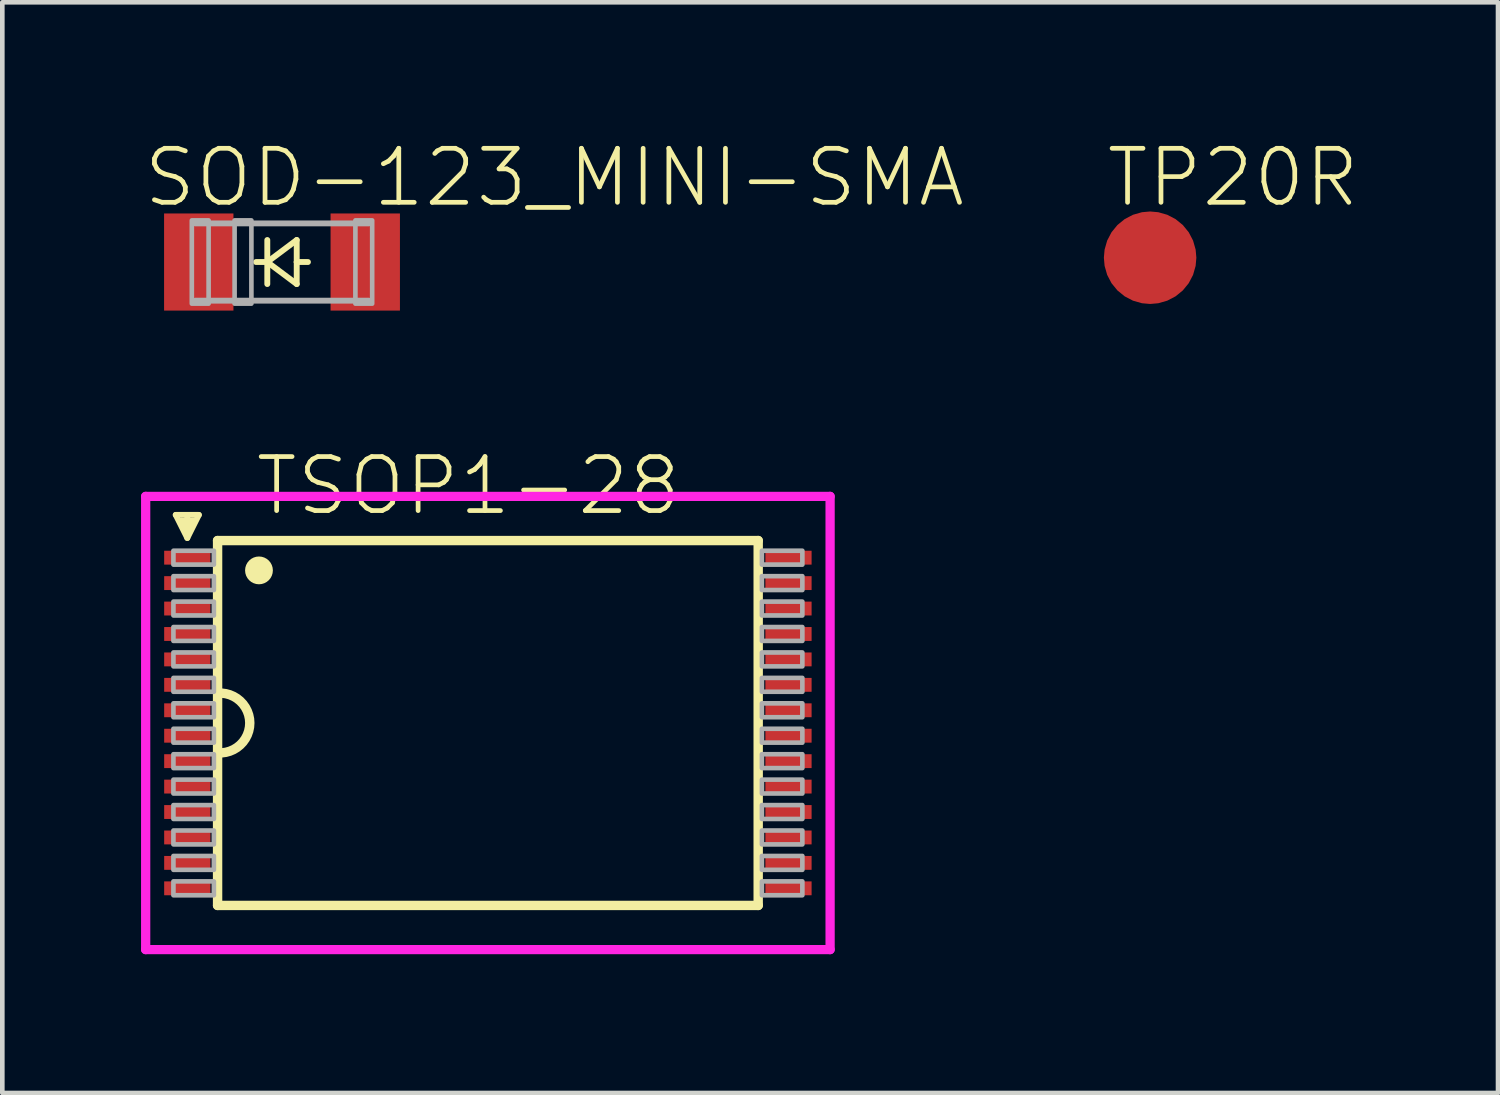
<source format=kicad_pcb>
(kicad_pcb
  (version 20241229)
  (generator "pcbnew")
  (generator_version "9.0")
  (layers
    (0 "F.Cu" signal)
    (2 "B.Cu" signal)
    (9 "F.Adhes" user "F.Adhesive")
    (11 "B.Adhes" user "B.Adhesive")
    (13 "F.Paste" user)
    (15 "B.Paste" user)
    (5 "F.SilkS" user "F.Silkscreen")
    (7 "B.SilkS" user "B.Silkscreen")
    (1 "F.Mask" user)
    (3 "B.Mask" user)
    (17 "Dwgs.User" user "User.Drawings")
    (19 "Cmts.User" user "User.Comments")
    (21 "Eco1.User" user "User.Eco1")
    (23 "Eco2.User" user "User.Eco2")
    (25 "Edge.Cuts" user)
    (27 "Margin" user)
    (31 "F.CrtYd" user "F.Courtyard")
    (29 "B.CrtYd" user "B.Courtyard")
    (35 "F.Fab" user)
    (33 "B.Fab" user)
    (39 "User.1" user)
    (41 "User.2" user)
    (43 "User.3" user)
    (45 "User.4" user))
  (footprint "SOD-123_MINI-SMA"
    (layer "F.Cu")
    (at 3.048 2.616)
    (property "Reference" "SOD-123_MINI-SMA" (at -3.048 -1.143 0) (unlocked yes) (layer "F.SilkS") (effects (font (size 1.168 1.168) (thickness 0.102)) (justify left bottom)))
    (fp_line (start -0.318 0) (end -0.561 0) (stroke (width 0.127) (type solid)) (layer "F.SilkS"))
    (fp_line (start -0.318 0) (end -0.318 -0.476) (stroke (width 0.127) (type solid)) (layer "F.SilkS"))
    (fp_line (start -0.318 0) (end -0.318 0.476) (stroke (width 0.127) (type solid)) (layer "F.SilkS"))
    (fp_line (start -0.318 0) (end 0.318 0.476) (stroke (width 0.127) (type solid)) (layer "F.SilkS"))
    (fp_line (start 0.318 -0.476) (end -0.318 0) (stroke (width 0.127) (type solid)) (layer "F.SilkS"))
    (fp_line (start 0.318 0) (end 0.318 -0.476) (stroke (width 0.127) (type solid)) (layer "F.SilkS"))
    (fp_line (start 0.318 0) (end 0.561 0) (stroke (width 0.127) (type solid)) (layer "F.SilkS"))
    (fp_line (start 0.318 0.476) (end 0.318 0) (stroke (width 0.127) (type solid)) (layer "F.SilkS"))
    (fp_line (start -1.873 -0.835) (end 1.873 -0.835) (stroke (width 0.127) (type solid)) (layer "F.Fab"))
    (fp_line (start -1.873 0.835) (end 1.873 0.835) (stroke (width 0.127) (type solid)) (layer "F.Fab"))
    (fp_poly (pts (xy -1.95 0.9) (xy -1.587 0.9) (xy -1.587 -0.9) (xy -1.95 -0.9)) (stroke (width 0.1) (type default)) (fill no) (layer "F.Fab"))
    (fp_poly (pts (xy -1.025 0.9) (xy -0.662 0.9) (xy -0.662 -0.9) (xy -1.025 -0.9)) (stroke (width 0.1) (type default)) (fill no) (layer "F.Fab"))
    (fp_poly (pts (xy 1.587 0.9) (xy 1.95 0.9) (xy 1.95 -0.9) (xy 1.587 -0.9)) (stroke (width 0.1) (type default)) (fill no) (layer "F.Fab"))
    (pad "A" smd rect (at 1.8 0 180) (size 1.5 2.1) (layers "F.Cu" "F.Mask" "F.Paste"))
    (pad "C" smd rect (at -1.8 0 180) (size 1.5 2.1) (layers "F.Cu" "F.Mask" "F.Paste")))
  (footprint "TSOP1-28"
    (layer "F.Cu")
    (at 7.5 12.584)
    (property "Reference" "TSOP1-28" (at -5.08 -4.445 0) (unlocked yes) (layer "F.SilkS") (effects (font (size 1.168 1.168) (thickness 0.102)) (justify left bottom)))
    (fp_poly (pts (xy -7.025 -3.4) (xy -5.975 -3.4) (xy -5.975 -3.75) (xy -7.025 -3.75)) (stroke (width 0) (type default)) (fill yes) (layer "F.Mask"))
    (fp_poly (pts (xy -7.025 -2.85) (xy -5.975 -2.85) (xy -5.975 -3.2) (xy -7.025 -3.2)) (stroke (width 0) (type default)) (fill yes) (layer "F.Mask"))
    (fp_poly (pts (xy -7.025 -2.3) (xy -5.975 -2.3) (xy -5.975 -2.65) (xy -7.025 -2.65)) (stroke (width 0) (type default)) (fill yes) (layer "F.Mask"))
    (fp_poly (pts (xy -7.025 -1.75) (xy -5.975 -1.75) (xy -5.975 -2.1) (xy -7.025 -2.1)) (stroke (width 0) (type default)) (fill yes) (layer "F.Mask"))
    (fp_poly (pts (xy -7.025 -1.2) (xy -5.975 -1.2) (xy -5.975 -1.55) (xy -7.025 -1.55)) (stroke (width 0) (type default)) (fill yes) (layer "F.Mask"))
    (fp_poly (pts (xy -7.025 -0.65) (xy -5.975 -0.65) (xy -5.975 -1) (xy -7.025 -1)) (stroke (width 0) (type default)) (fill yes) (layer "F.Mask"))
    (fp_poly (pts (xy -7.025 -0.1) (xy -5.975 -0.1) (xy -5.975 -0.45) (xy -7.025 -0.45)) (stroke (width 0) (type default)) (fill yes) (layer "F.Mask"))
    (fp_poly (pts (xy -7.025 0.45) (xy -5.975 0.45) (xy -5.975 0.1) (xy -7.025 0.1)) (stroke (width 0) (type default)) (fill yes) (layer "F.Mask"))
    (fp_poly (pts (xy -7.025 1) (xy -5.975 1) (xy -5.975 0.65) (xy -7.025 0.65)) (stroke (width 0) (type default)) (fill yes) (layer "F.Mask"))
    (fp_poly (pts (xy -7.025 1.55) (xy -5.975 1.55) (xy -5.975 1.2) (xy -7.025 1.2)) (stroke (width 0) (type default)) (fill yes) (layer "F.Mask"))
    (fp_poly (pts (xy -7.025 2.1) (xy -5.975 2.1) (xy -5.975 1.75) (xy -7.025 1.75)) (stroke (width 0) (type default)) (fill yes) (layer "F.Mask"))
    (fp_poly (pts (xy -7.025 2.65) (xy -5.975 2.65) (xy -5.975 2.3) (xy -7.025 2.3)) (stroke (width 0) (type default)) (fill yes) (layer "F.Mask"))
    (fp_poly (pts (xy -7.025 3.2) (xy -5.975 3.2) (xy -5.975 2.85) (xy -7.025 2.85)) (stroke (width 0) (type default)) (fill yes) (layer "F.Mask"))
    (fp_poly (pts (xy -7.025 3.75) (xy -5.975 3.75) (xy -5.975 3.4) (xy -7.025 3.4)) (stroke (width 0) (type default)) (fill yes) (layer "F.Mask"))
    (fp_poly (pts (xy 7.025 -3.75) (xy 5.975 -3.75) (xy 5.975 -3.4) (xy 7.025 -3.4)) (stroke (width 0) (type default)) (fill yes) (layer "F.Mask"))
    (fp_poly (pts (xy 7.025 -3.2) (xy 5.975 -3.2) (xy 5.975 -2.85) (xy 7.025 -2.85)) (stroke (width 0) (type default)) (fill yes) (layer "F.Mask"))
    (fp_poly (pts (xy 7.025 -2.65) (xy 5.975 -2.65) (xy 5.975 -2.3) (xy 7.025 -2.3)) (stroke (width 0) (type default)) (fill yes) (layer "F.Mask"))
    (fp_poly (pts (xy 7.025 -2.1) (xy 5.975 -2.1) (xy 5.975 -1.75) (xy 7.025 -1.75)) (stroke (width 0) (type default)) (fill yes) (layer "F.Mask"))
    (fp_poly (pts (xy 7.025 -1.55) (xy 5.975 -1.55) (xy 5.975 -1.2) (xy 7.025 -1.2)) (stroke (width 0) (type default)) (fill yes) (layer "F.Mask"))
    (fp_poly (pts (xy 7.025 -1) (xy 5.975 -1) (xy 5.975 -0.65) (xy 7.025 -0.65)) (stroke (width 0) (type default)) (fill yes) (layer "F.Mask"))
    (fp_poly (pts (xy 7.025 -0.45) (xy 5.975 -0.45) (xy 5.975 -0.1) (xy 7.025 -0.1)) (stroke (width 0) (type default)) (fill yes) (layer "F.Mask"))
    (fp_poly (pts (xy 7.025 0.1) (xy 5.975 0.1) (xy 5.975 0.45) (xy 7.025 0.45)) (stroke (width 0) (type default)) (fill yes) (layer "F.Mask"))
    (fp_poly (pts (xy 7.025 0.65) (xy 5.975 0.65) (xy 5.975 1) (xy 7.025 1)) (stroke (width 0) (type default)) (fill yes) (layer "F.Mask"))
    (fp_poly (pts (xy 7.025 1.2) (xy 5.975 1.2) (xy 5.975 1.55) (xy 7.025 1.55)) (stroke (width 0) (type default)) (fill yes) (layer "F.Mask"))
    (fp_poly (pts (xy 7.025 1.75) (xy 5.975 1.75) (xy 5.975 2.1) (xy 7.025 2.1)) (stroke (width 0) (type default)) (fill yes) (layer "F.Mask"))
    (fp_poly (pts (xy 7.025 2.3) (xy 5.975 2.3) (xy 5.975 2.65) (xy 7.025 2.65)) (stroke (width 0) (type default)) (fill yes) (layer "F.Mask"))
    (fp_poly (pts (xy 7.025 2.85) (xy 5.975 2.85) (xy 5.975 3.2) (xy 7.025 3.2)) (stroke (width 0) (type default)) (fill yes) (layer "F.Mask"))
    (fp_poly (pts (xy 7.025 3.4) (xy 5.975 3.4) (xy 5.975 3.75) (xy 7.025 3.75)) (stroke (width 0) (type default)) (fill yes) (layer "F.Mask"))
    (fp_line (start -6.75 -4.5) (end -6.5 -4) (stroke (width 0.127) (type solid)) (layer "F.SilkS"))
    (fp_line (start -6.625 -4.375) (end -6.5 -4.125) (stroke (width 0.127) (type solid)) (layer "F.SilkS"))
    (fp_line (start -6.5 -4.5) (end -6.75 -4.5) (stroke (width 0.127) (type solid)) (layer "F.SilkS"))
    (fp_line (start -6.5 -4.5) (end -6.5 -4.25) (stroke (width 0.127) (type solid)) (layer "F.SilkS"))
    (fp_line (start -6.5 -4.125) (end -6.375 -4.375) (stroke (width 0.127) (type solid)) (layer "F.SilkS"))
    (fp_line (start -6.5 -4) (end -6.25 -4.5) (stroke (width 0.127) (type solid)) (layer "F.SilkS"))
    (fp_line (start -6.375 -4.375) (end -6.625 -4.375) (stroke (width 0.127) (type solid)) (layer "F.SilkS"))
    (fp_line (start -6.25 -4.5) (end -6.5 -4.5) (stroke (width 0.127) (type solid)) (layer "F.SilkS"))
    (fp_line (start -5.845 -3.945) (end 5.845 -3.945) (stroke (width 0.203) (type solid)) (layer "F.SilkS"))
    (fp_line (start -5.845 -0.645) (end -5.845 -3.945) (stroke (width 0.203) (type solid)) (layer "F.SilkS"))
    (fp_line (start -5.845 0.645) (end -5.845 -0.645) (stroke (width 0.203) (type solid)) (layer "F.SilkS"))
    (fp_line (start -5.845 3.945) (end -5.845 0.645) (stroke (width 0.203) (type solid)) (layer "F.SilkS"))
    (fp_line (start 5.845 -3.945) (end 5.845 3.945) (stroke (width 0.203) (type solid)) (layer "F.SilkS"))
    (fp_line (start 5.845 3.945) (end -5.845 3.945) (stroke (width 0.203) (type solid)) (layer "F.SilkS"))
    (fp_arc (start -5.844998 -0.645) (mid -5.148064 0.000001) (end -5.845 0.645) (stroke (width 0.2032) (type solid)) (layer "F.SilkS"))
    (fp_circle (center -4.95 -3.3) (end -4.8 -3.3) (stroke (width 0.301) (type solid)) (fill yes) (layer "F.SilkS"))
    (fp_line (start -7.4 -4.9) (end 7.4 -4.9) (stroke (width 0.2) (type solid)) (layer "F.CrtYd"))
    (fp_line (start -7.4 4.9) (end -7.4 -4.9) (stroke (width 0.2) (type solid)) (layer "F.CrtYd"))
    (fp_line (start 7.4 -4.9) (end 7.4 4.9) (stroke (width 0.2) (type solid)) (layer "F.CrtYd"))
    (fp_line (start 7.4 4.9) (end -7.4 4.9) (stroke (width 0.2) (type solid)) (layer "F.CrtYd"))
    (fp_poly (pts (xy -6.8 -3.425) (xy -5.925 -3.425) (xy -5.925 -3.725) (xy -6.8 -3.725)) (stroke (width 0.1) (type default)) (fill no) (layer "F.Fab"))
    (fp_poly (pts (xy -6.8 -2.875) (xy -5.925 -2.875) (xy -5.925 -3.175) (xy -6.8 -3.175)) (stroke (width 0.1) (type default)) (fill no) (layer "F.Fab"))
    (fp_poly (pts (xy -6.8 -2.325) (xy -5.925 -2.325) (xy -5.925 -2.625) (xy -6.8 -2.625)) (stroke (width 0.1) (type default)) (fill no) (layer "F.Fab"))
    (fp_poly (pts (xy -6.8 -1.775) (xy -5.925 -1.775) (xy -5.925 -2.075) (xy -6.8 -2.075)) (stroke (width 0.1) (type default)) (fill no) (layer "F.Fab"))
    (fp_poly (pts (xy -6.8 -1.225) (xy -5.925 -1.225) (xy -5.925 -1.525) (xy -6.8 -1.525)) (stroke (width 0.1) (type default)) (fill no) (layer "F.Fab"))
    (fp_poly (pts (xy -6.8 -0.675) (xy -5.925 -0.675) (xy -5.925 -0.975) (xy -6.8 -0.975)) (stroke (width 0.1) (type default)) (fill no) (layer "F.Fab"))
    (fp_poly (pts (xy -6.8 -0.125) (xy -5.925 -0.125) (xy -5.925 -0.425) (xy -6.8 -0.425)) (stroke (width 0.1) (type default)) (fill no) (layer "F.Fab"))
    (fp_poly (pts (xy -6.8 0.425) (xy -5.925 0.425) (xy -5.925 0.125) (xy -6.8 0.125)) (stroke (width 0.1) (type default)) (fill no) (layer "F.Fab"))
    (fp_poly (pts (xy -6.8 0.975) (xy -5.925 0.975) (xy -5.925 0.675) (xy -6.8 0.675)) (stroke (width 0.1) (type default)) (fill no) (layer "F.Fab"))
    (fp_poly (pts (xy -6.8 1.525) (xy -5.925 1.525) (xy -5.925 1.225) (xy -6.8 1.225)) (stroke (width 0.1) (type default)) (fill no) (layer "F.Fab"))
    (fp_poly (pts (xy -6.8 2.075) (xy -5.925 2.075) (xy -5.925 1.775) (xy -6.8 1.775)) (stroke (width 0.1) (type default)) (fill no) (layer "F.Fab"))
    (fp_poly (pts (xy -6.8 2.625) (xy -5.925 2.625) (xy -5.925 2.325) (xy -6.8 2.325)) (stroke (width 0.1) (type default)) (fill no) (layer "F.Fab"))
    (fp_poly (pts (xy -6.8 3.175) (xy -5.925 3.175) (xy -5.925 2.875) (xy -6.8 2.875)) (stroke (width 0.1) (type default)) (fill no) (layer "F.Fab"))
    (fp_poly (pts (xy -6.8 3.725) (xy -5.925 3.725) (xy -5.925 3.425) (xy -6.8 3.425)) (stroke (width 0.1) (type default)) (fill no) (layer "F.Fab"))
    (fp_poly (pts (xy 6.8 -3.725) (xy 5.925 -3.725) (xy 5.925 -3.425) (xy 6.8 -3.425)) (stroke (width 0.1) (type default)) (fill no) (layer "F.Fab"))
    (fp_poly (pts (xy 6.8 -3.175) (xy 5.925 -3.175) (xy 5.925 -2.875) (xy 6.8 -2.875)) (stroke (width 0.1) (type default)) (fill no) (layer "F.Fab"))
    (fp_poly (pts (xy 6.8 -2.625) (xy 5.925 -2.625) (xy 5.925 -2.325) (xy 6.8 -2.325)) (stroke (width 0.1) (type default)) (fill no) (layer "F.Fab"))
    (fp_poly (pts (xy 6.8 -2.075) (xy 5.925 -2.075) (xy 5.925 -1.775) (xy 6.8 -1.775)) (stroke (width 0.1) (type default)) (fill no) (layer "F.Fab"))
    (fp_poly (pts (xy 6.8 -1.525) (xy 5.925 -1.525) (xy 5.925 -1.225) (xy 6.8 -1.225)) (stroke (width 0.1) (type default)) (fill no) (layer "F.Fab"))
    (fp_poly (pts (xy 6.8 -0.975) (xy 5.925 -0.975) (xy 5.925 -0.675) (xy 6.8 -0.675)) (stroke (width 0.1) (type default)) (fill no) (layer "F.Fab"))
    (fp_poly (pts (xy 6.8 -0.425) (xy 5.925 -0.425) (xy 5.925 -0.125) (xy 6.8 -0.125)) (stroke (width 0.1) (type default)) (fill no) (layer "F.Fab"))
    (fp_poly (pts (xy 6.8 0.125) (xy 5.925 0.125) (xy 5.925 0.425) (xy 6.8 0.425)) (stroke (width 0.1) (type default)) (fill no) (layer "F.Fab"))
    (fp_poly (pts (xy 6.8 0.675) (xy 5.925 0.675) (xy 5.925 0.975) (xy 6.8 0.975)) (stroke (width 0.1) (type default)) (fill no) (layer "F.Fab"))
    (fp_poly (pts (xy 6.8 1.225) (xy 5.925 1.225) (xy 5.925 1.525) (xy 6.8 1.525)) (stroke (width 0.1) (type default)) (fill no) (layer "F.Fab"))
    (fp_poly (pts (xy 6.8 1.775) (xy 5.925 1.775) (xy 5.925 2.075) (xy 6.8 2.075)) (stroke (width 0.1) (type default)) (fill no) (layer "F.Fab"))
    (fp_poly (pts (xy 6.8 2.325) (xy 5.925 2.325) (xy 5.925 2.625) (xy 6.8 2.625)) (stroke (width 0.1) (type default)) (fill no) (layer "F.Fab"))
    (fp_poly (pts (xy 6.8 2.875) (xy 5.925 2.875) (xy 5.925 3.175) (xy 6.8 3.175)) (stroke (width 0.1) (type default)) (fill no) (layer "F.Fab"))
    (fp_poly (pts (xy 6.8 3.425) (xy 5.925 3.425) (xy 5.925 3.725) (xy 6.8 3.725)) (stroke (width 0.1) (type default)) (fill no) (layer "F.Fab"))
    (pad "1" smd rect (at -6.5 -3.575) (size 1 0.3) (layers "F.Cu" "F.Paste"))
    (pad "2" smd rect (at -6.5 -3.025) (size 1 0.3) (layers "F.Cu" "F.Paste"))
    (pad "3" smd rect (at -6.5 -2.475) (size 1 0.3) (layers "F.Cu" "F.Paste"))
    (pad "4" smd rect (at -6.5 -1.925) (size 1 0.3) (layers "F.Cu" "F.Paste"))
    (pad "5" smd rect (at -6.5 -1.375) (size 1 0.3) (layers "F.Cu" "F.Paste"))
    (pad "6" smd rect (at -6.5 -0.825) (size 1 0.3) (layers "F.Cu" "F.Paste"))
    (pad "7" smd rect (at -6.5 -0.275) (size 1 0.3) (layers "F.Cu" "F.Paste"))
    (pad "8" smd rect (at -6.5 0.275 180) (size 1 0.3) (layers "F.Cu" "F.Paste"))
    (pad "9" smd rect (at -6.5 0.825 180) (size 1 0.3) (layers "F.Cu" "F.Paste"))
    (pad "10" smd rect (at -6.5 1.375 180) (size 1 0.3) (layers "F.Cu" "F.Paste"))
    (pad "11" smd rect (at -6.5 1.925 180) (size 1 0.3) (layers "F.Cu" "F.Paste"))
    (pad "12" smd rect (at -6.5 2.475 180) (size 1 0.3) (layers "F.Cu" "F.Paste"))
    (pad "13" smd rect (at -6.5 3.025 180) (size 1 0.3) (layers "F.Cu" "F.Paste"))
    (pad "14" smd rect (at -6.5 3.575 180) (size 1 0.3) (layers "F.Cu" "F.Paste"))
    (pad "15" smd rect (at 6.5 3.575) (size 1 0.3) (layers "F.Cu" "F.Paste"))
    (pad "16" smd rect (at 6.5 3.025) (size 1 0.3) (layers "F.Cu" "F.Paste"))
    (pad "17" smd rect (at 6.5 2.475) (size 1 0.3) (layers "F.Cu" "F.Paste"))
    (pad "18" smd rect (at 6.5 1.925) (size 1 0.3) (layers "F.Cu" "F.Paste"))
    (pad "19" smd rect (at 6.5 1.375) (size 1 0.3) (layers "F.Cu" "F.Paste"))
    (pad "20" smd rect (at 6.5 0.825) (size 1 0.3) (layers "F.Cu" "F.Paste"))
    (pad "21" smd rect (at 6.5 0.275) (size 1 0.3) (layers "F.Cu" "F.Paste"))
    (pad "22" smd rect (at 6.5 -0.275 180) (size 1 0.3) (layers "F.Cu" "F.Paste"))
    (pad "23" smd rect (at 6.5 -0.825 180) (size 1 0.3) (layers "F.Cu" "F.Paste"))
    (pad "24" smd rect (at 6.5 -1.375 180) (size 1 0.3) (layers "F.Cu" "F.Paste"))
    (pad "25" smd rect (at 6.5 -1.925 180) (size 1 0.3) (layers "F.Cu" "F.Paste"))
    (pad "26" smd rect (at 6.5 -2.475 180) (size 1 0.3) (layers "F.Cu" "F.Paste"))
    (pad "27" smd rect (at 6.5 -3.025 180) (size 1 0.3) (layers "F.Cu" "F.Paste"))
    (pad "28" smd rect (at 6.5 -3.575 180) (size 1 0.3) (layers "F.Cu" "F.Paste")))
  (footprint "TP20R"
    (layer "F.Cu")
    (at 21.82 2.523)
    (property "Reference" "TP20R" (at -1 -1.05 0) (unlocked yes) (layer "F.SilkS") (effects (font (size 1.168 1.168) (thickness 0.102)) (justify left bottom)))
    (pad "TP" smd roundrect (at 0 0) (size 2 2) (layers "F.Cu" "F.Mask") (roundrect_rratio 0.5)))
  (gr_rect
    (start -3 -3)
    (end 29.343 20.584)
    (stroke (width 0.1) (type default))
    (fill no)
    (layer "Edge.Cuts")))
</source>
